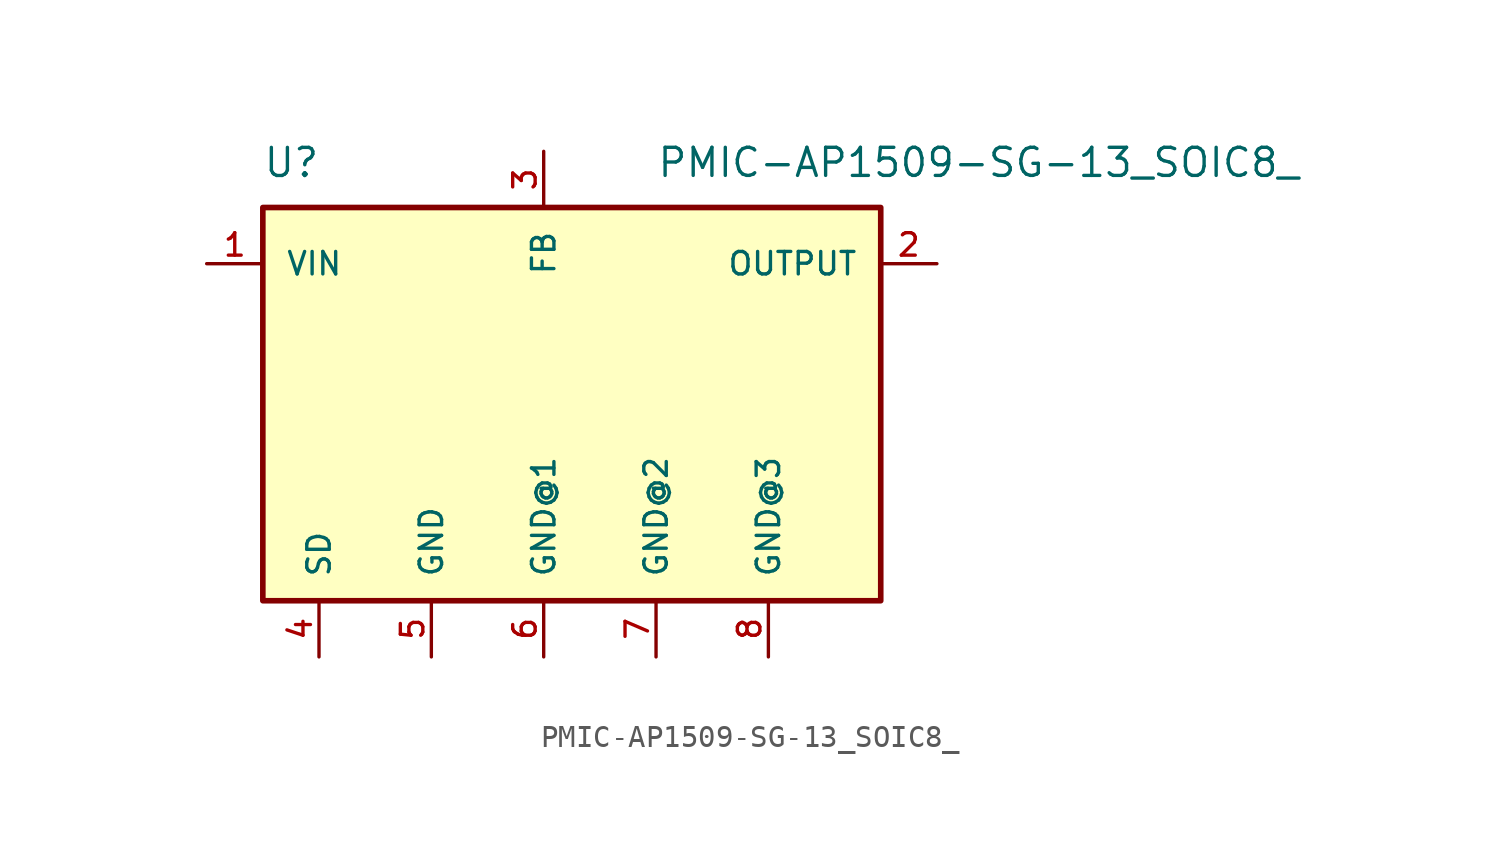
<source format=kicad_sym>
(kicad_symbol_lib
  (version 20211014)
  (generator kicad_symbol_editor)
  (symbol "PMIC-AP1509-SG-13_SOIC8_"
    (pin_names
      (offset 1.016))
    (property "Reference" "U"
      (at -12.717 11.446 0)
      (effects (font (size 1.27 1.27)) (justify bottom left)))
    (property "Value" "PMIC-AP1509-SG-13_SOIC8_"
      (at 5.088 11.449 0)
      (effects (font (size 1.27 1.27)) (justify bottom left)))
    (symbol "PMIC-AP1509-SG-13_SOIC8__0_0"
      (rectangle (start -12.7 -7.62) (end 15.24 10.16) (stroke (width 0.254)) (fill (type background)))
      (pin power_in line (at 0.0 -10.16 90.0) (length 2.54) (name "GND@1" (effects (font (size 1.016 1.016)))) (number "6" (effects (font (size 1.016 1.016)))))
      (pin input line (at -15.24 7.62 0) (length 2.54) (name "VIN" (effects (font (size 1.016 1.016)))) (number "1" (effects (font (size 1.016 1.016)))))
      (pin bidirectional line (at -10.16 -10.16 90.0) (length 2.54) (name "SD" (effects (font (size 1.016 1.016)))) (number "4" (effects (font (size 1.016 1.016)))))
      (pin power_in line (at -5.08 -10.16 90.0) (length 2.54) (name "GND" (effects (font (size 1.016 1.016)))) (number "5" (effects (font (size 1.016 1.016)))))
      (pin bidirectional line (at 0.0 12.7 270.0) (length 2.54) (name "FB" (effects (font (size 1.016 1.016)))) (number "3" (effects (font (size 1.016 1.016)))))
      (pin power_in line (at 10.16 -10.16 90.0) (length 2.54) (name "GND@3" (effects (font (size 1.016 1.016)))) (number "8" (effects (font (size 1.016 1.016)))))
      (pin power_in line (at 5.08 -10.16 90.0) (length 2.54) (name "GND@2" (effects (font (size 1.016 1.016)))) (number "7" (effects (font (size 1.016 1.016)))))
      (pin output line (at 17.78 7.62 180.0) (length 2.54) (name "OUTPUT" (effects (font (size 1.016 1.016)))) (number "2" (effects (font (size 1.016 1.016))))))))
</source>
